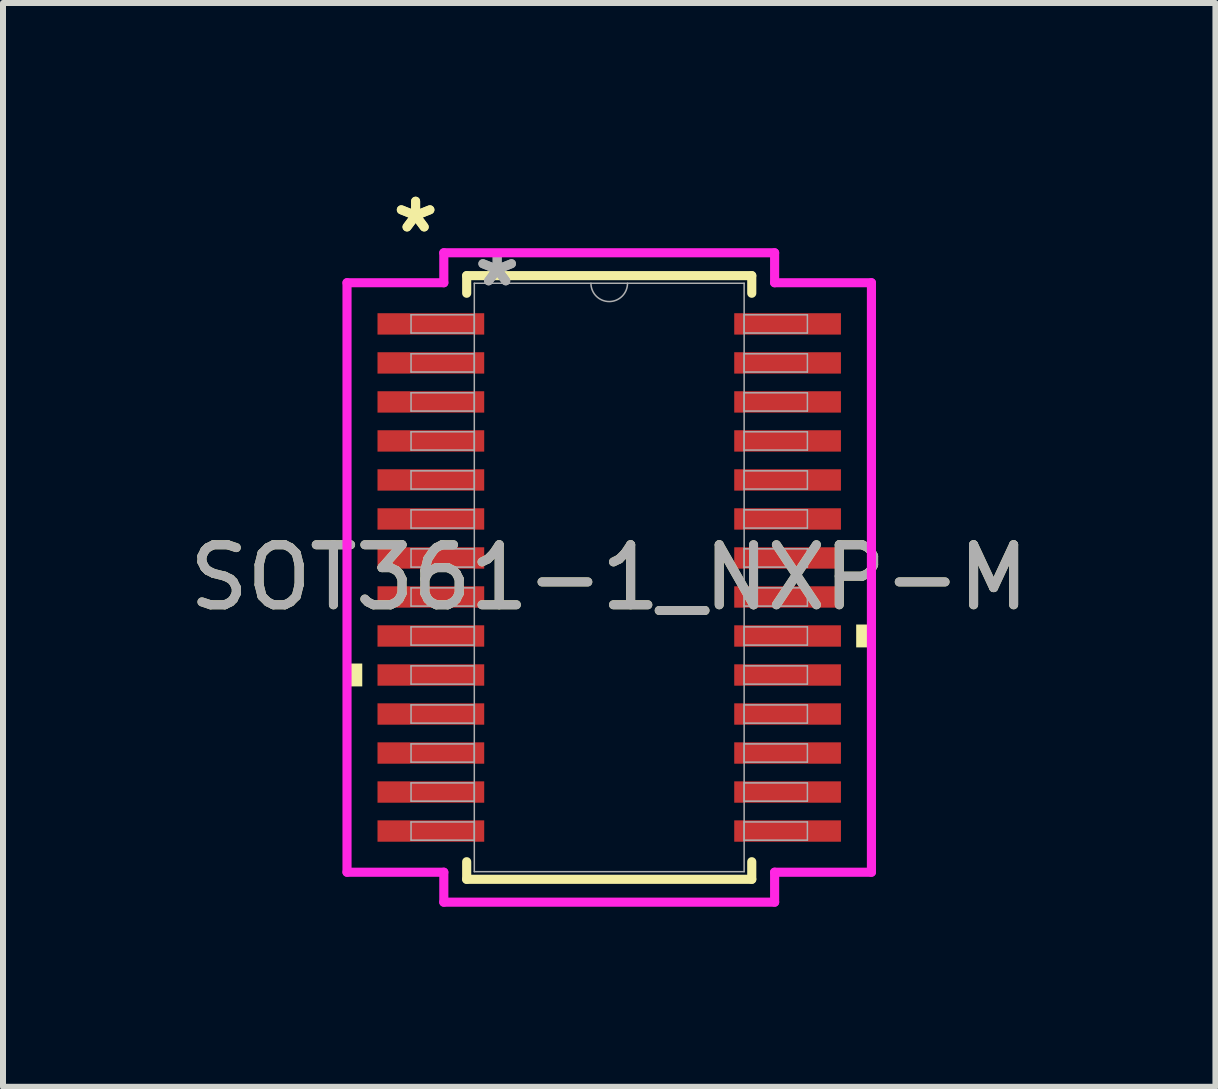
<source format=kicad_pcb>
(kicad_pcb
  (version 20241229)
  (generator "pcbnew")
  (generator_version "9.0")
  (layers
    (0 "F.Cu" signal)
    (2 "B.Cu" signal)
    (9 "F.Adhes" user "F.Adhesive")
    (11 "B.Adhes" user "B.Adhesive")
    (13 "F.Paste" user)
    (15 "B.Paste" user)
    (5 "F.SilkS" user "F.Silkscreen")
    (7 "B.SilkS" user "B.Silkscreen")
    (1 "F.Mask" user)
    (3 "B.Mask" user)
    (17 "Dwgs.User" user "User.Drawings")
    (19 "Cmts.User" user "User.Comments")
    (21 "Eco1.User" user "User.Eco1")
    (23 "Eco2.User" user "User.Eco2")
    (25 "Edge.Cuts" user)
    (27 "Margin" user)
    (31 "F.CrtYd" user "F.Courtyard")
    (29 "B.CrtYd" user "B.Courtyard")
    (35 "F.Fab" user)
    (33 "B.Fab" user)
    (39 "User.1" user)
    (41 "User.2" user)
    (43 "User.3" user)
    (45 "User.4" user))
  (footprint "SOT361-1_NXP-M"
    (layer "F.Cu")
    (at 7.101 6.572)
    (property "Reference" "SOT361-1_NXP-M" (at 0 0 0) (unlocked yes) (layer "F.SilkS") (effects (font (size 1 1) (thickness 0.15))))
    (attr smd)
    (fp_line (start -2.375 -5.029) (end -2.375 -4.736) (stroke (width 0.152) (type solid)) (layer "F.SilkS"))
    (fp_line (start -2.375 4.736) (end -2.375 5.029) (stroke (width 0.152) (type solid)) (layer "F.SilkS"))
    (fp_line (start -2.375 5.029) (end 2.375 5.029) (stroke (width 0.152) (type solid)) (layer "F.SilkS"))
    (fp_line (start 2.375 -5.029) (end -2.375 -5.029) (stroke (width 0.152) (type solid)) (layer "F.SilkS"))
    (fp_line (start 2.375 -4.736) (end 2.375 -5.029) (stroke (width 0.152) (type solid)) (layer "F.SilkS"))
    (fp_line (start 2.375 5.029) (end 2.375 4.736) (stroke (width 0.152) (type solid)) (layer "F.SilkS"))
    (fp_poly (pts (xy -4.369 1.434) (xy -4.369 1.815) (xy -4.115 1.815) (xy -4.115 1.434)) (stroke (width 0) (type solid)) (fill yes) (layer "F.SilkS"))
    (fp_poly (pts (xy 4.369 0.784) (xy 4.369 1.165) (xy 4.115 1.165) (xy 4.115 0.784)) (stroke (width 0) (type solid)) (fill yes) (layer "F.SilkS"))
    (fp_line (start -4.369 -4.911) (end -2.756 -4.911) (stroke (width 0.152) (type solid)) (layer "F.CrtYd"))
    (fp_line (start -4.369 4.911) (end -4.369 -4.911) (stroke (width 0.152) (type solid)) (layer "F.CrtYd"))
    (fp_line (start -4.369 4.911) (end -2.756 4.911) (stroke (width 0.152) (type solid)) (layer "F.CrtYd"))
    (fp_line (start -2.756 -5.41) (end 2.756 -5.41) (stroke (width 0.152) (type solid)) (layer "F.CrtYd"))
    (fp_line (start -2.756 -4.911) (end -2.756 -5.41) (stroke (width 0.152) (type solid)) (layer "F.CrtYd"))
    (fp_line (start -2.756 5.41) (end -2.756 4.911) (stroke (width 0.152) (type solid)) (layer "F.CrtYd"))
    (fp_line (start 2.756 -5.41) (end 2.756 -4.911) (stroke (width 0.152) (type solid)) (layer "F.CrtYd"))
    (fp_line (start 2.756 4.911) (end 2.756 5.41) (stroke (width 0.152) (type solid)) (layer "F.CrtYd"))
    (fp_line (start 2.756 5.41) (end -2.756 5.41) (stroke (width 0.152) (type solid)) (layer "F.CrtYd"))
    (fp_line (start 4.369 -4.911) (end 2.756 -4.911) (stroke (width 0.152) (type solid)) (layer "F.CrtYd"))
    (fp_line (start 4.369 -4.911) (end 4.369 4.911) (stroke (width 0.152) (type solid)) (layer "F.CrtYd"))
    (fp_line (start 4.369 4.911) (end 2.756 4.911) (stroke (width 0.152) (type solid)) (layer "F.CrtYd"))
    (fp_line (start -3.302 -4.377) (end -3.302 -4.073) (stroke (width 0.025) (type solid)) (layer "F.Fab"))
    (fp_line (start -3.302 -4.073) (end -2.248 -4.073) (stroke (width 0.025) (type solid)) (layer "F.Fab"))
    (fp_line (start -3.302 -3.727) (end -3.302 -3.423) (stroke (width 0.025) (type solid)) (layer "F.Fab"))
    (fp_line (start -3.302 -3.423) (end -2.248 -3.423) (stroke (width 0.025) (type solid)) (layer "F.Fab"))
    (fp_line (start -3.302 -3.077) (end -3.302 -2.773) (stroke (width 0.025) (type solid)) (layer "F.Fab"))
    (fp_line (start -3.302 -2.773) (end -2.248 -2.773) (stroke (width 0.025) (type solid)) (layer "F.Fab"))
    (fp_line (start -3.302 -2.427) (end -3.302 -2.123) (stroke (width 0.025) (type solid)) (layer "F.Fab"))
    (fp_line (start -3.302 -2.123) (end -2.248 -2.123) (stroke (width 0.025) (type solid)) (layer "F.Fab"))
    (fp_line (start -3.302 -1.777) (end -3.302 -1.473) (stroke (width 0.025) (type solid)) (layer "F.Fab"))
    (fp_line (start -3.302 -1.473) (end -2.248 -1.473) (stroke (width 0.025) (type solid)) (layer "F.Fab"))
    (fp_line (start -3.302 -1.127) (end -3.302 -0.823) (stroke (width 0.025) (type solid)) (layer "F.Fab"))
    (fp_line (start -3.302 -0.823) (end -2.248 -0.823) (stroke (width 0.025) (type solid)) (layer "F.Fab"))
    (fp_line (start -3.302 -0.477) (end -3.302 -0.173) (stroke (width 0.025) (type solid)) (layer "F.Fab"))
    (fp_line (start -3.302 -0.173) (end -2.248 -0.173) (stroke (width 0.025) (type solid)) (layer "F.Fab"))
    (fp_line (start -3.302 0.173) (end -3.302 0.477) (stroke (width 0.025) (type solid)) (layer "F.Fab"))
    (fp_line (start -3.302 0.477) (end -2.248 0.477) (stroke (width 0.025) (type solid)) (layer "F.Fab"))
    (fp_line (start -3.302 0.823) (end -3.302 1.127) (stroke (width 0.025) (type solid)) (layer "F.Fab"))
    (fp_line (start -3.302 1.127) (end -2.248 1.127) (stroke (width 0.025) (type solid)) (layer "F.Fab"))
    (fp_line (start -3.302 1.473) (end -3.302 1.777) (stroke (width 0.025) (type solid)) (layer "F.Fab"))
    (fp_line (start -3.302 1.777) (end -2.248 1.777) (stroke (width 0.025) (type solid)) (layer "F.Fab"))
    (fp_line (start -3.302 2.123) (end -3.302 2.427) (stroke (width 0.025) (type solid)) (layer "F.Fab"))
    (fp_line (start -3.302 2.427) (end -2.248 2.427) (stroke (width 0.025) (type solid)) (layer "F.Fab"))
    (fp_line (start -3.302 2.773) (end -3.302 3.077) (stroke (width 0.025) (type solid)) (layer "F.Fab"))
    (fp_line (start -3.302 3.077) (end -2.248 3.077) (stroke (width 0.025) (type solid)) (layer "F.Fab"))
    (fp_line (start -3.302 3.423) (end -3.302 3.727) (stroke (width 0.025) (type solid)) (layer "F.Fab"))
    (fp_line (start -3.302 3.727) (end -2.248 3.727) (stroke (width 0.025) (type solid)) (layer "F.Fab"))
    (fp_line (start -3.302 4.073) (end -3.302 4.377) (stroke (width 0.025) (type solid)) (layer "F.Fab"))
    (fp_line (start -3.302 4.377) (end -2.248 4.377) (stroke (width 0.025) (type solid)) (layer "F.Fab"))
    (fp_line (start -2.248 -4.902) (end -2.248 4.902) (stroke (width 0.025) (type solid)) (layer "F.Fab"))
    (fp_line (start -2.248 -4.377) (end -3.302 -4.377) (stroke (width 0.025) (type solid)) (layer "F.Fab"))
    (fp_line (start -2.248 -4.073) (end -2.248 -4.377) (stroke (width 0.025) (type solid)) (layer "F.Fab"))
    (fp_line (start -2.248 -3.727) (end -3.302 -3.727) (stroke (width 0.025) (type solid)) (layer "F.Fab"))
    (fp_line (start -2.248 -3.423) (end -2.248 -3.727) (stroke (width 0.025) (type solid)) (layer "F.Fab"))
    (fp_line (start -2.248 -3.077) (end -3.302 -3.077) (stroke (width 0.025) (type solid)) (layer "F.Fab"))
    (fp_line (start -2.248 -2.773) (end -2.248 -3.077) (stroke (width 0.025) (type solid)) (layer "F.Fab"))
    (fp_line (start -2.248 -2.427) (end -3.302 -2.427) (stroke (width 0.025) (type solid)) (layer "F.Fab"))
    (fp_line (start -2.248 -2.123) (end -2.248 -2.427) (stroke (width 0.025) (type solid)) (layer "F.Fab"))
    (fp_line (start -2.248 -1.777) (end -3.302 -1.777) (stroke (width 0.025) (type solid)) (layer "F.Fab"))
    (fp_line (start -2.248 -1.473) (end -2.248 -1.777) (stroke (width 0.025) (type solid)) (layer "F.Fab"))
    (fp_line (start -2.248 -1.127) (end -3.302 -1.127) (stroke (width 0.025) (type solid)) (layer "F.Fab"))
    (fp_line (start -2.248 -0.823) (end -2.248 -1.127) (stroke (width 0.025) (type solid)) (layer "F.Fab"))
    (fp_line (start -2.248 -0.477) (end -3.302 -0.477) (stroke (width 0.025) (type solid)) (layer "F.Fab"))
    (fp_line (start -2.248 -0.173) (end -2.248 -0.477) (stroke (width 0.025) (type solid)) (layer "F.Fab"))
    (fp_line (start -2.248 0.173) (end -3.302 0.173) (stroke (width 0.025) (type solid)) (layer "F.Fab"))
    (fp_line (start -2.248 0.477) (end -2.248 0.173) (stroke (width 0.025) (type solid)) (layer "F.Fab"))
    (fp_line (start -2.248 0.823) (end -3.302 0.823) (stroke (width 0.025) (type solid)) (layer "F.Fab"))
    (fp_line (start -2.248 1.127) (end -2.248 0.823) (stroke (width 0.025) (type solid)) (layer "F.Fab"))
    (fp_line (start -2.248 1.473) (end -3.302 1.473) (stroke (width 0.025) (type solid)) (layer "F.Fab"))
    (fp_line (start -2.248 1.777) (end -2.248 1.473) (stroke (width 0.025) (type solid)) (layer "F.Fab"))
    (fp_line (start -2.248 2.123) (end -3.302 2.123) (stroke (width 0.025) (type solid)) (layer "F.Fab"))
    (fp_line (start -2.248 2.427) (end -2.248 2.123) (stroke (width 0.025) (type solid)) (layer "F.Fab"))
    (fp_line (start -2.248 2.773) (end -3.302 2.773) (stroke (width 0.025) (type solid)) (layer "F.Fab"))
    (fp_line (start -2.248 3.077) (end -2.248 2.773) (stroke (width 0.025) (type solid)) (layer "F.Fab"))
    (fp_line (start -2.248 3.423) (end -3.302 3.423) (stroke (width 0.025) (type solid)) (layer "F.Fab"))
    (fp_line (start -2.248 3.727) (end -2.248 3.423) (stroke (width 0.025) (type solid)) (layer "F.Fab"))
    (fp_line (start -2.248 4.073) (end -3.302 4.073) (stroke (width 0.025) (type solid)) (layer "F.Fab"))
    (fp_line (start -2.248 4.377) (end -2.248 4.073) (stroke (width 0.025) (type solid)) (layer "F.Fab"))
    (fp_line (start -2.248 4.902) (end 2.248 4.902) (stroke (width 0.025) (type solid)) (layer "F.Fab"))
    (fp_line (start 2.248 -4.902) (end -2.248 -4.902) (stroke (width 0.025) (type solid)) (layer "F.Fab"))
    (fp_line (start 2.248 -4.377) (end 2.248 -4.073) (stroke (width 0.025) (type solid)) (layer "F.Fab"))
    (fp_line (start 2.248 -4.073) (end 3.302 -4.073) (stroke (width 0.025) (type solid)) (layer "F.Fab"))
    (fp_line (start 2.248 -3.727) (end 2.248 -3.423) (stroke (width 0.025) (type solid)) (layer "F.Fab"))
    (fp_line (start 2.248 -3.423) (end 3.302 -3.423) (stroke (width 0.025) (type solid)) (layer "F.Fab"))
    (fp_line (start 2.248 -3.077) (end 2.248 -2.773) (stroke (width 0.025) (type solid)) (layer "F.Fab"))
    (fp_line (start 2.248 -2.773) (end 3.302 -2.773) (stroke (width 0.025) (type solid)) (layer "F.Fab"))
    (fp_line (start 2.248 -2.427) (end 2.248 -2.123) (stroke (width 0.025) (type solid)) (layer "F.Fab"))
    (fp_line (start 2.248 -2.123) (end 3.302 -2.123) (stroke (width 0.025) (type solid)) (layer "F.Fab"))
    (fp_line (start 2.248 -1.777) (end 2.248 -1.473) (stroke (width 0.025) (type solid)) (layer "F.Fab"))
    (fp_line (start 2.248 -1.473) (end 3.302 -1.473) (stroke (width 0.025) (type solid)) (layer "F.Fab"))
    (fp_line (start 2.248 -1.127) (end 2.248 -0.823) (stroke (width 0.025) (type solid)) (layer "F.Fab"))
    (fp_line (start 2.248 -0.823) (end 3.302 -0.823) (stroke (width 0.025) (type solid)) (layer "F.Fab"))
    (fp_line (start 2.248 -0.477) (end 2.248 -0.173) (stroke (width 0.025) (type solid)) (layer "F.Fab"))
    (fp_line (start 2.248 -0.173) (end 3.302 -0.173) (stroke (width 0.025) (type solid)) (layer "F.Fab"))
    (fp_line (start 2.248 0.173) (end 2.248 0.477) (stroke (width 0.025) (type solid)) (layer "F.Fab"))
    (fp_line (start 2.248 0.477) (end 3.302 0.477) (stroke (width 0.025) (type solid)) (layer "F.Fab"))
    (fp_line (start 2.248 0.823) (end 2.248 1.127) (stroke (width 0.025) (type solid)) (layer "F.Fab"))
    (fp_line (start 2.248 1.127) (end 3.302 1.127) (stroke (width 0.025) (type solid)) (layer "F.Fab"))
    (fp_line (start 2.248 1.473) (end 2.248 1.777) (stroke (width 0.025) (type solid)) (layer "F.Fab"))
    (fp_line (start 2.248 1.777) (end 3.302 1.777) (stroke (width 0.025) (type solid)) (layer "F.Fab"))
    (fp_line (start 2.248 2.123) (end 2.248 2.427) (stroke (width 0.025) (type solid)) (layer "F.Fab"))
    (fp_line (start 2.248 2.427) (end 3.302 2.427) (stroke (width 0.025) (type solid)) (layer "F.Fab"))
    (fp_line (start 2.248 2.773) (end 2.248 3.077) (stroke (width 0.025) (type solid)) (layer "F.Fab"))
    (fp_line (start 2.248 3.077) (end 3.302 3.077) (stroke (width 0.025) (type solid)) (layer "F.Fab"))
    (fp_line (start 2.248 3.423) (end 2.248 3.727) (stroke (width 0.025) (type solid)) (layer "F.Fab"))
    (fp_line (start 2.248 3.727) (end 3.302 3.727) (stroke (width 0.025) (type solid)) (layer "F.Fab"))
    (fp_line (start 2.248 4.073) (end 2.248 4.377) (stroke (width 0.025) (type solid)) (layer "F.Fab"))
    (fp_line (start 2.248 4.377) (end 3.302 4.377) (stroke (width 0.025) (type solid)) (layer "F.Fab"))
    (fp_line (start 2.248 4.902) (end 2.248 -4.902) (stroke (width 0.025) (type solid)) (layer "F.Fab"))
    (fp_line (start 3.302 -4.377) (end 2.248 -4.377) (stroke (width 0.025) (type solid)) (layer "F.Fab"))
    (fp_line (start 3.302 -4.073) (end 3.302 -4.377) (stroke (width 0.025) (type solid)) (layer "F.Fab"))
    (fp_line (start 3.302 -3.727) (end 2.248 -3.727) (stroke (width 0.025) (type solid)) (layer "F.Fab"))
    (fp_line (start 3.302 -3.423) (end 3.302 -3.727) (stroke (width 0.025) (type solid)) (layer "F.Fab"))
    (fp_line (start 3.302 -3.077) (end 2.248 -3.077) (stroke (width 0.025) (type solid)) (layer "F.Fab"))
    (fp_line (start 3.302 -2.773) (end 3.302 -3.077) (stroke (width 0.025) (type solid)) (layer "F.Fab"))
    (fp_line (start 3.302 -2.427) (end 2.248 -2.427) (stroke (width 0.025) (type solid)) (layer "F.Fab"))
    (fp_line (start 3.302 -2.123) (end 3.302 -2.427) (stroke (width 0.025) (type solid)) (layer "F.Fab"))
    (fp_line (start 3.302 -1.777) (end 2.248 -1.777) (stroke (width 0.025) (type solid)) (layer "F.Fab"))
    (fp_line (start 3.302 -1.473) (end 3.302 -1.777) (stroke (width 0.025) (type solid)) (layer "F.Fab"))
    (fp_line (start 3.302 -1.127) (end 2.248 -1.127) (stroke (width 0.025) (type solid)) (layer "F.Fab"))
    (fp_line (start 3.302 -0.823) (end 3.302 -1.127) (stroke (width 0.025) (type solid)) (layer "F.Fab"))
    (fp_line (start 3.302 -0.477) (end 2.248 -0.477) (stroke (width 0.025) (type solid)) (layer "F.Fab"))
    (fp_line (start 3.302 -0.173) (end 3.302 -0.477) (stroke (width 0.025) (type solid)) (layer "F.Fab"))
    (fp_line (start 3.302 0.173) (end 2.248 0.173) (stroke (width 0.025) (type solid)) (layer "F.Fab"))
    (fp_line (start 3.302 0.477) (end 3.302 0.173) (stroke (width 0.025) (type solid)) (layer "F.Fab"))
    (fp_line (start 3.302 0.823) (end 2.248 0.823) (stroke (width 0.025) (type solid)) (layer "F.Fab"))
    (fp_line (start 3.302 1.127) (end 3.302 0.823) (stroke (width 0.025) (type solid)) (layer "F.Fab"))
    (fp_line (start 3.302 1.473) (end 2.248 1.473) (stroke (width 0.025) (type solid)) (layer "F.Fab"))
    (fp_line (start 3.302 1.777) (end 3.302 1.473) (stroke (width 0.025) (type solid)) (layer "F.Fab"))
    (fp_line (start 3.302 2.123) (end 2.248 2.123) (stroke (width 0.025) (type solid)) (layer "F.Fab"))
    (fp_line (start 3.302 2.427) (end 3.302 2.123) (stroke (width 0.025) (type solid)) (layer "F.Fab"))
    (fp_line (start 3.302 2.773) (end 2.248 2.773) (stroke (width 0.025) (type solid)) (layer "F.Fab"))
    (fp_line (start 3.302 3.077) (end 3.302 2.773) (stroke (width 0.025) (type solid)) (layer "F.Fab"))
    (fp_line (start 3.302 3.423) (end 2.248 3.423) (stroke (width 0.025) (type solid)) (layer "F.Fab"))
    (fp_line (start 3.302 3.727) (end 3.302 3.423) (stroke (width 0.025) (type solid)) (layer "F.Fab"))
    (fp_line (start 3.302 4.073) (end 2.248 4.073) (stroke (width 0.025) (type solid)) (layer "F.Fab"))
    (fp_line (start 3.302 4.377) (end 3.302 4.073) (stroke (width 0.025) (type solid)) (layer "F.Fab"))
    (fp_arc (start 0.3048 -4.9022) (mid 0 -4.5974) (end -0.3048 -4.9022) (stroke (width 0.0254) (type solid)) (layer "F.Fab"))
    (fp_text user "*" (at -3.226 -5.724 0) (layer "F.SilkS") (effects (font (size 1 1) (thickness 0.15))))
    (fp_text user "*" (at -3.226 -5.724 0) (unlocked yes) (layer "F.SilkS") (effects (font (size 1 1) (thickness 0.15))))
    (fp_text user "*" (at -1.867 -4.826 0) (layer "F.Fab") (effects (font (size 1 1) (thickness 0.15))))
    (fp_text user "*" (at -1.867 -4.826 0) (unlocked yes) (layer "F.Fab") (effects (font (size 1 1) (thickness 0.15))))
    (fp_text user "${REFERENCE}" (at 0 0 0) (unlocked yes) (layer "F.Fab") (effects (font (size 1 1) (thickness 0.15))))
    (pad "1" smd rect (at -2.972 -4.225) (size 1.778 0.356) (layers "F.Cu" "F.Mask" "F.Paste"))
    (pad "2" smd rect (at -2.972 -3.575) (size 1.778 0.356) (layers "F.Cu" "F.Mask" "F.Paste"))
    (pad "3" smd rect (at -2.972 -2.925) (size 1.778 0.356) (layers "F.Cu" "F.Mask" "F.Paste"))
    (pad "4" smd rect (at -2.972 -2.275) (size 1.778 0.356) (layers "F.Cu" "F.Mask" "F.Paste"))
    (pad "5" smd rect (at -2.972 -1.625) (size 1.778 0.356) (layers "F.Cu" "F.Mask" "F.Paste"))
    (pad "6" smd rect (at -2.972 -0.975) (size 1.778 0.356) (layers "F.Cu" "F.Mask" "F.Paste"))
    (pad "7" smd rect (at -2.972 -0.325) (size 1.778 0.356) (layers "F.Cu" "F.Mask" "F.Paste"))
    (pad "8" smd rect (at -2.972 0.325) (size 1.778 0.356) (layers "F.Cu" "F.Mask" "F.Paste"))
    (pad "9" smd rect (at -2.972 0.975) (size 1.778 0.356) (layers "F.Cu" "F.Mask" "F.Paste"))
    (pad "10" smd rect (at -2.972 1.625) (size 1.778 0.356) (layers "F.Cu" "F.Mask" "F.Paste"))
    (pad "11" smd rect (at -2.972 2.275) (size 1.778 0.356) (layers "F.Cu" "F.Mask" "F.Paste"))
    (pad "12" smd rect (at -2.972 2.925) (size 1.778 0.356) (layers "F.Cu" "F.Mask" "F.Paste"))
    (pad "13" smd rect (at -2.972 3.575) (size 1.778 0.356) (layers "F.Cu" "F.Mask" "F.Paste"))
    (pad "14" smd rect (at -2.972 4.225) (size 1.778 0.356) (layers "F.Cu" "F.Mask" "F.Paste"))
    (pad "15" smd rect (at 2.972 4.225) (size 1.778 0.356) (layers "F.Cu" "F.Mask" "F.Paste"))
    (pad "16" smd rect (at 2.972 3.575) (size 1.778 0.356) (layers "F.Cu" "F.Mask" "F.Paste"))
    (pad "17" smd rect (at 2.972 2.925) (size 1.778 0.356) (layers "F.Cu" "F.Mask" "F.Paste"))
    (pad "18" smd rect (at 2.972 2.275) (size 1.778 0.356) (layers "F.Cu" "F.Mask" "F.Paste"))
    (pad "19" smd rect (at 2.972 1.625) (size 1.778 0.356) (layers "F.Cu" "F.Mask" "F.Paste"))
    (pad "20" smd rect (at 2.972 0.975) (size 1.778 0.356) (layers "F.Cu" "F.Mask" "F.Paste"))
    (pad "21" smd rect (at 2.972 0.325) (size 1.778 0.356) (layers "F.Cu" "F.Mask" "F.Paste"))
    (pad "22" smd rect (at 2.972 -0.325) (size 1.778 0.356) (layers "F.Cu" "F.Mask" "F.Paste"))
    (pad "23" smd rect (at 2.972 -0.975) (size 1.778 0.356) (layers "F.Cu" "F.Mask" "F.Paste"))
    (pad "24" smd rect (at 2.972 -1.625) (size 1.778 0.356) (layers "F.Cu" "F.Mask" "F.Paste"))
    (pad "25" smd rect (at 2.972 -2.275) (size 1.778 0.356) (layers "F.Cu" "F.Mask" "F.Paste"))
    (pad "26" smd rect (at 2.972 -2.925) (size 1.778 0.356) (layers "F.Cu" "F.Mask" "F.Paste"))
    (pad "27" smd rect (at 2.972 -3.575) (size 1.778 0.356) (layers "F.Cu" "F.Mask" "F.Paste"))
    (pad "28" smd rect (at 2.972 -4.225) (size 1.778 0.356) (layers "F.Cu" "F.Mask" "F.Paste")))
  (gr_rect
    (start -3 -3)
    (end 17.202 15.058)
    (stroke (width 0.1) (type default))
    (fill no)
    (layer "Edge.Cuts")))
</source>
